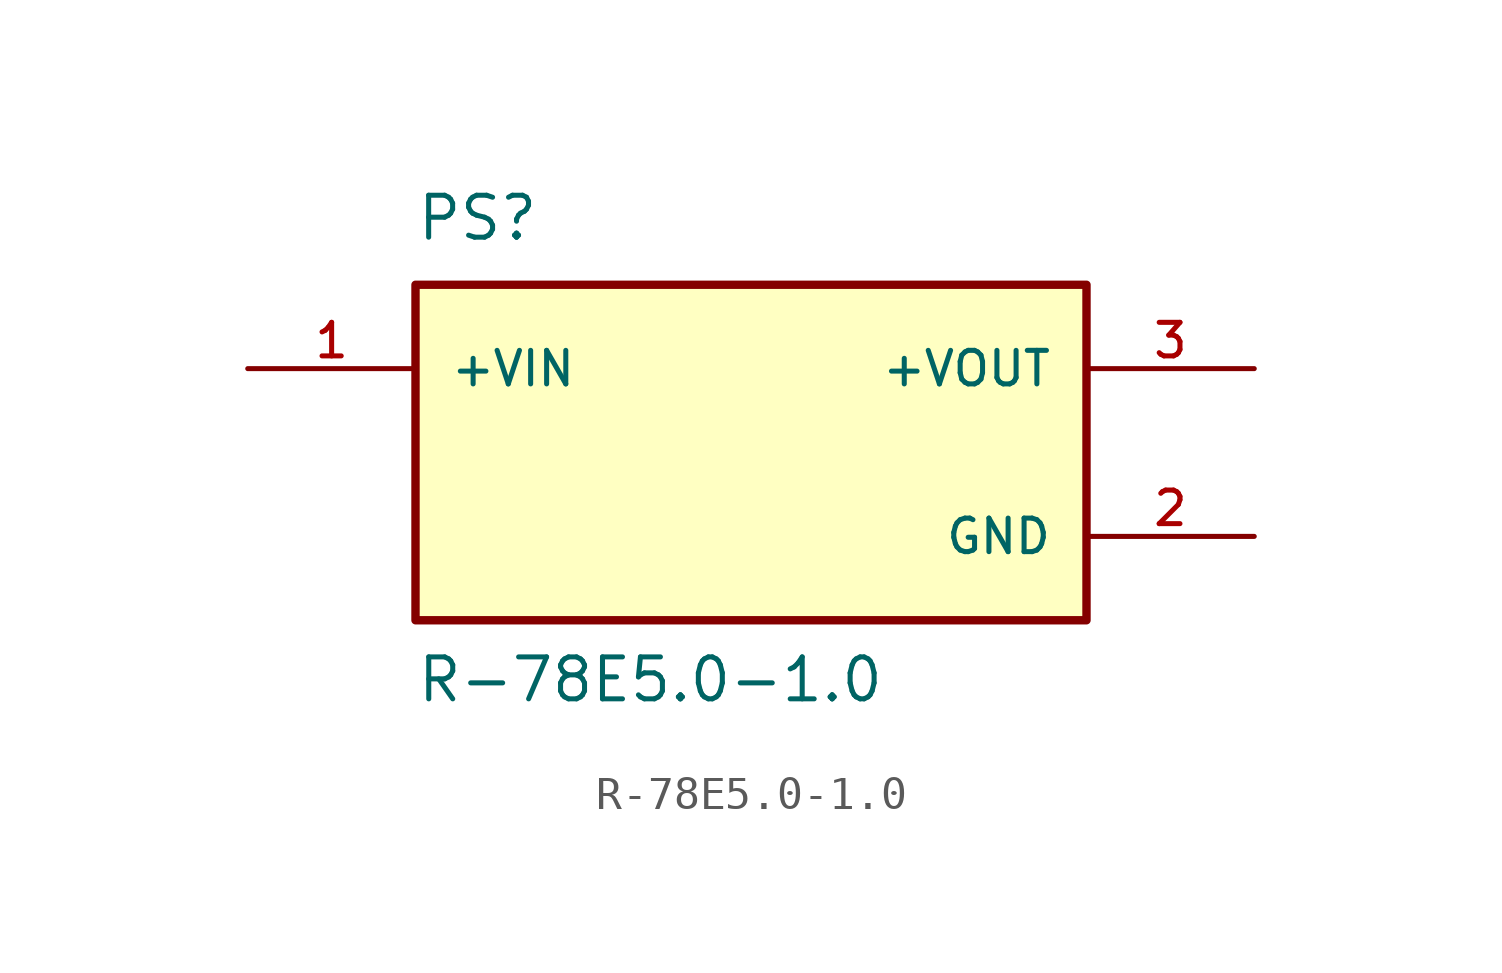
<source format=kicad_sym>
(kicad_symbol_lib
  (version 20211014)
  (generator kicad_symbol_editor)
  (symbol "R-78E5.0-1.0"
    (pin_names
      (offset 1.016))
    (property "Reference" "PS"
      (at -10.164 6.358 0)
      (effects (font (size 1.27 1.27)) (justify bottom left)))
    (property "Value" "R-78E5.0-1.0"
      (at -10.161 -7.623 0)
      (effects (font (size 1.27 1.27)) (justify bottom left)))
    (symbol "R-78E5.0-1.0_0_0"
      (rectangle (start -10.16 -5.08) (end 10.16 5.08) (stroke (width 0.254)) (fill (type background)))
      (pin input line (at -15.24 2.54 0) (length 5.08) (name "+VIN" (effects (font (size 1.016 1.016)))) (number "1" (effects (font (size 1.016 1.016)))))
      (pin output line (at 15.24 2.54 180.0) (length 5.08) (name "+VOUT" (effects (font (size 1.016 1.016)))) (number "3" (effects (font (size 1.016 1.016)))))
      (pin power_in line (at 15.24 -2.54 180.0) (length 5.08) (name "GND" (effects (font (size 1.016 1.016)))) (number "2" (effects (font (size 1.016 1.016))))))))
</source>
